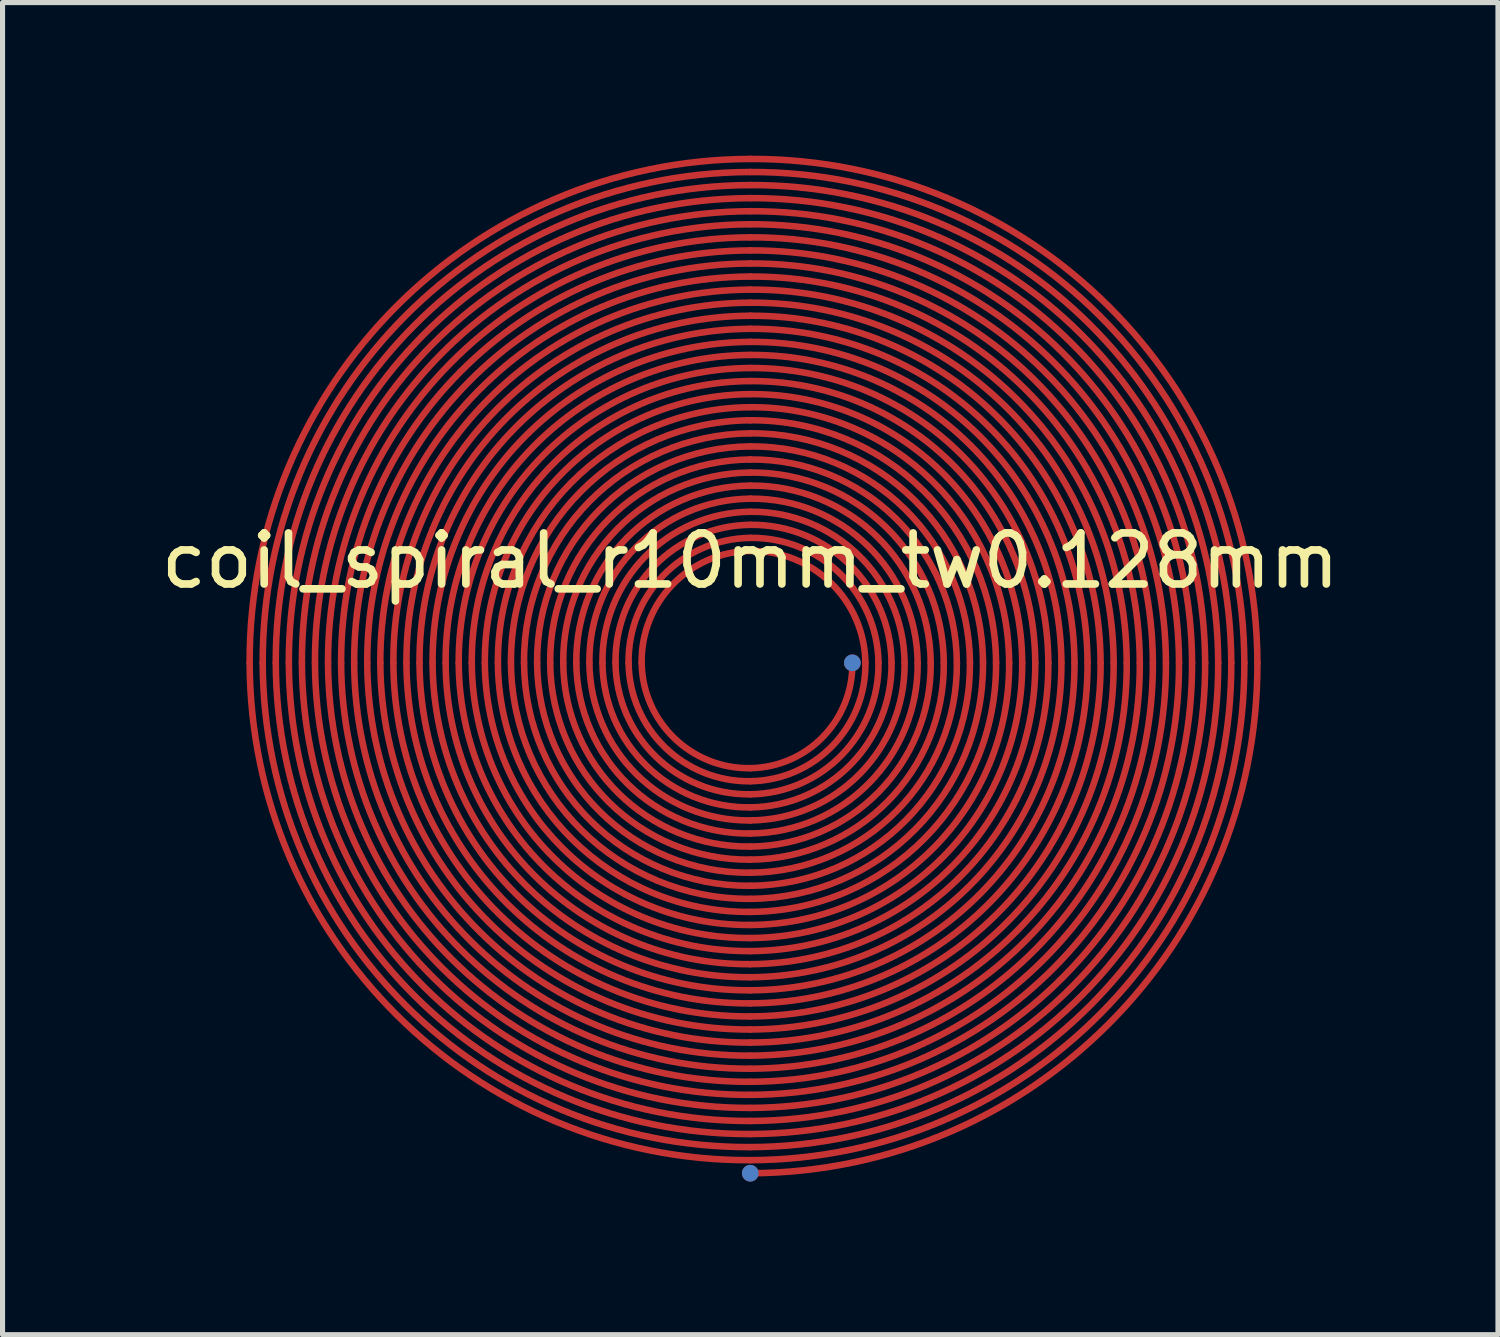
<source format=kicad_pcb>
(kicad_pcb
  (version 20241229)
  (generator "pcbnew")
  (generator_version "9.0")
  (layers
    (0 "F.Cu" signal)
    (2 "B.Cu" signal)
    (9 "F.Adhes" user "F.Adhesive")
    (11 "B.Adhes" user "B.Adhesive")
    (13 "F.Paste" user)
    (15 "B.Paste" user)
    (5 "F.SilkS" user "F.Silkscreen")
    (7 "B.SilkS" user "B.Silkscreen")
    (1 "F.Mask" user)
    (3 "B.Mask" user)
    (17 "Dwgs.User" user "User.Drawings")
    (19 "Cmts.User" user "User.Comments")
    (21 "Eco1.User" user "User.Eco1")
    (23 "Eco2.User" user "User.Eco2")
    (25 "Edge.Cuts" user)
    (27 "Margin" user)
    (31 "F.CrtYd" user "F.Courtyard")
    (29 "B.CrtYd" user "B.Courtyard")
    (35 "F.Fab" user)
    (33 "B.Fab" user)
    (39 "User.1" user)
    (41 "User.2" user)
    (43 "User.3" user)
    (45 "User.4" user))
  (footprint "coil_spiral_r10mm_tw0.128mm"
    (layer "F.Cu")
    (at 11.649 9.936)
    (property "Reference" "coil_spiral_r10mm_tw0.128mm" (at 0 -2 0) (layer "F.SilkS") (effects (font (size 1 1) (thickness 0.15))))
    (attr through_hole)
    (fp_arc (start -9.808 0) (mid -6.948595 -6.96734) (end 0 -9.872) (stroke (width 0.128) (type solid)) (layer "F.Cu"))
    (fp_arc (start -9.552 0) (mid -6.767577 -6.786322) (end 0 -9.616001) (stroke (width 0.128) (type solid)) (layer "F.Cu"))
    (fp_arc (start -9.296 0) (mid -6.586558 -6.605303) (end 0 -9.36) (stroke (width 0.128) (type solid)) (layer "F.Cu"))
    (fp_arc (start -9.04 0) (mid -6.405541 -6.424285) (end -0.000001 -9.104) (stroke (width 0.128) (type solid)) (layer "F.Cu"))
    (fp_arc (start -8.784 0) (mid -6.224522 -6.243267) (end -0.000001 -8.848) (stroke (width 0.128) (type solid)) (layer "F.Cu"))
    (fp_arc (start -8.528 0) (mid -6.043504 -6.062249) (end 0 -8.592) (stroke (width 0.128) (type solid)) (layer "F.Cu"))
    (fp_arc (start -8.272 0) (mid -5.862485 -5.881231) (end 0.000001 -8.336) (stroke (width 0.128) (type solid)) (layer "F.Cu"))
    (fp_arc (start -8.016 0) (mid -5.681468 -5.700213) (end 0 -8.08) (stroke (width 0.128) (type solid)) (layer "F.Cu"))
    (fp_arc (start -7.76 0) (mid -5.50045 -5.519195) (end 0 -7.824) (stroke (width 0.128) (type solid)) (layer "F.Cu"))
    (fp_arc (start -7.504 0) (mid -5.319432 -5.338177) (end 0 -7.567999) (stroke (width 0.128) (type solid)) (layer "F.Cu"))
    (fp_arc (start -7.248 0) (mid -5.138415 -5.157159) (end 0 -7.311999) (stroke (width 0.128) (type solid)) (layer "F.Cu"))
    (fp_arc (start -6.992 0) (mid -4.957397 -4.976142) (end 0 -7.056) (stroke (width 0.128) (type solid)) (layer "F.Cu"))
    (fp_arc (start -6.736 0) (mid -4.77638 -4.795125) (end 0 -6.800001) (stroke (width 0.128) (type solid)) (layer "F.Cu"))
    (fp_arc (start -6.48 0) (mid -4.595363 -4.614107) (end 0 -6.544) (stroke (width 0.128) (type solid)) (layer "F.Cu"))
    (fp_arc (start -6.224 0) (mid -4.414346 -4.43309) (end -0.000001 -6.288) (stroke (width 0.128) (type solid)) (layer "F.Cu"))
    (fp_arc (start -5.968 0) (mid -4.233329 -4.252073) (end 0 -6.032) (stroke (width 0.128) (type solid)) (layer "F.Cu"))
    (fp_arc (start -5.712 0) (mid -4.052312 -4.071057) (end 0 -5.776) (stroke (width 0.128) (type solid)) (layer "F.Cu"))
    (fp_arc (start -5.456 0) (mid -3.871296 -3.89004) (end -0.000001 -5.52) (stroke (width 0.128) (type solid)) (layer "F.Cu"))
    (fp_arc (start -5.2 0) (mid -3.69028 -3.709024) (end -0.000001 -5.264) (stroke (width 0.128) (type solid)) (layer "F.Cu"))
    (fp_arc (start -4.944 0) (mid -3.509264 -3.528008) (end 0 -5.008) (stroke (width 0.128) (type solid)) (layer "F.Cu"))
    (fp_arc (start -4.688 0) (mid -3.328249 -3.346993) (end 0 -4.752) (stroke (width 0.128) (type solid)) (layer "F.Cu"))
    (fp_arc (start -4.432 0) (mid -3.147234 -3.165978) (end 0 -4.496) (stroke (width 0.128) (type solid)) (layer "F.Cu"))
    (fp_arc (start -4.176 0) (mid -2.966219 -2.984963) (end 0 -4.239999) (stroke (width 0.128) (type solid)) (layer "F.Cu"))
    (fp_arc (start -3.92 0) (mid -2.785206 -2.803949) (end 0 -3.984) (stroke (width 0.128) (type solid)) (layer "F.Cu"))
    (fp_arc (start -3.664 0) (mid -2.604192 -2.622936) (end 0.000001 -3.728) (stroke (width 0.128) (type solid)) (layer "F.Cu"))
    (fp_arc (start -3.408 0) (mid -2.423181 -2.441924) (end -0.000001 -3.472) (stroke (width 0.128) (type solid)) (layer "F.Cu"))
    (fp_arc (start -3.152 0) (mid -2.24217 -2.260913) (end 0 -3.216) (stroke (width 0.128) (type solid)) (layer "F.Cu"))
    (fp_arc (start -2.896 0) (mid -2.061161 -2.079903) (end 0 -2.959999) (stroke (width 0.128) (type solid)) (layer "F.Cu"))
    (fp_arc (start -2.64 0) (mid -1.880154 -1.898896) (end 0 -2.704) (stroke (width 0.128) (type solid)) (layer "F.Cu"))
    (fp_arc (start -2.384 0) (mid -1.699149 -1.717891) (end 0 -2.448001) (stroke (width 0.128) (type solid)) (layer "F.Cu"))
    (fp_arc (start -2.128 0) (mid -1.518148 -1.536889) (end 0.000001 -2.192) (stroke (width 0.128) (type solid)) (layer "F.Cu"))
    (fp_arc (start 0 -9.872) (mid 7.012595 -6.993849) (end 9.936 0.000001) (stroke (width 0.128) (type solid)) (layer "F.Cu"))
    (fp_arc (start 0 -9.616) (mid 6.831576 -6.812832) (end 9.68 -0.000001) (stroke (width 0.128) (type solid)) (layer "F.Cu"))
    (fp_arc (start 0 -9.36) (mid 6.650558 -6.631813) (end 9.424 0) (stroke (width 0.128) (type solid)) (layer "F.Cu"))
    (fp_arc (start 0 -9.104) (mid 6.46954 -6.450795) (end 9.168 0) (stroke (width 0.128) (type solid)) (layer "F.Cu"))
    (fp_arc (start 0 -8.848) (mid 6.288521 -6.269777) (end 8.912 -0.000001) (stroke (width 0.128) (type solid)) (layer "F.Cu"))
    (fp_arc (start 0 -8.592) (mid 6.107503 -6.088758) (end 8.656 0) (stroke (width 0.128) (type solid)) (layer "F.Cu"))
    (fp_arc (start 0 -8.336) (mid 5.926485 -5.90774) (end 8.4 0) (stroke (width 0.128) (type solid)) (layer "F.Cu"))
    (fp_arc (start 0 -8.08) (mid 5.745467 -5.726723) (end 8.144 0) (stroke (width 0.128) (type solid)) (layer "F.Cu"))
    (fp_arc (start 0 -7.824) (mid 5.56445 -5.545705) (end 7.888 0) (stroke (width 0.128) (type solid)) (layer "F.Cu"))
    (fp_arc (start 0 -7.568) (mid 5.383432 -5.364687) (end 7.632 0) (stroke (width 0.128) (type solid)) (layer "F.Cu"))
    (fp_arc (start 0 -7.312) (mid 5.202414 -5.183669) (end 7.376 0) (stroke (width 0.128) (type solid)) (layer "F.Cu"))
    (fp_arc (start 0 -7.056) (mid 5.021397 -5.002652) (end 7.120001 0) (stroke (width 0.128) (type solid)) (layer "F.Cu"))
    (fp_arc (start 0 -6.8) (mid 4.840379 -4.821634) (end 6.864 0) (stroke (width 0.128) (type solid)) (layer "F.Cu"))
    (fp_arc (start 0 -6.544) (mid 4.659361 -4.640617) (end 6.608 0) (stroke (width 0.128) (type solid)) (layer "F.Cu"))
    (fp_arc (start 0 -6.288) (mid 4.478344 -4.4596) (end 6.352 -0.000001) (stroke (width 0.128) (type solid)) (layer "F.Cu"))
    (fp_arc (start 0 -6.032) (mid 4.297328 -4.278583) (end 6.096 0) (stroke (width 0.128) (type solid)) (layer "F.Cu"))
    (fp_arc (start 0 -5.776) (mid 4.116311 -4.097566) (end 5.84 0) (stroke (width 0.128) (type solid)) (layer "F.Cu"))
    (fp_arc (start 0 -5.52) (mid 3.935294 -3.91655) (end 5.584 0) (stroke (width 0.128) (type solid)) (layer "F.Cu"))
    (fp_arc (start 0 -5.264) (mid 3.754278 -3.735534) (end 5.328 0) (stroke (width 0.128) (type solid)) (layer "F.Cu"))
    (fp_arc (start 0 -5.008) (mid 3.573262 -3.554518) (end 5.072 -0.000001) (stroke (width 0.128) (type solid)) (layer "F.Cu"))
    (fp_arc (start 0 -4.752) (mid 3.392247 -3.373503) (end 4.816 0) (stroke (width 0.128) (type solid)) (layer "F.Cu"))
    (fp_arc (start 0 -4.496) (mid 3.211231 -3.192487) (end 4.56 0) (stroke (width 0.128) (type solid)) (layer "F.Cu"))
    (fp_arc (start 0 -4.24) (mid 3.030217 -3.011473) (end 4.304 0.000001) (stroke (width 0.128) (type solid)) (layer "F.Cu"))
    (fp_arc (start 0 -3.984) (mid 2.849203 -2.830459) (end 4.048 0.000001) (stroke (width 0.128) (type solid)) (layer "F.Cu"))
    (fp_arc (start 0 -3.728) (mid 2.66819 -2.649446) (end 3.792001 0) (stroke (width 0.128) (type solid)) (layer "F.Cu"))
    (fp_arc (start 0 -3.472) (mid 2.487177 -2.468434) (end 3.535999 0) (stroke (width 0.128) (type solid)) (layer "F.Cu"))
    (fp_arc (start 0 -3.216) (mid 2.306166 -2.287423) (end 3.28 0) (stroke (width 0.128) (type solid)) (layer "F.Cu"))
    (fp_arc (start 0 -2.96) (mid 2.125156 -2.106413) (end 3.024001 0) (stroke (width 0.128) (type solid)) (layer "F.Cu"))
    (fp_arc (start 0 -2.704) (mid 1.944147 -1.925405) (end 2.768 0) (stroke (width 0.128) (type solid)) (layer "F.Cu"))
    (fp_arc (start 0 -2.448) (mid 1.763141 -1.7444) (end 2.512 -0.000001) (stroke (width 0.128) (type solid)) (layer "F.Cu"))
    (fp_arc (start 0 -2.192) (mid 1.582138 -1.563398) (end 2.256 -0.000001) (stroke (width 0.128) (type solid)) (layer "F.Cu"))
    (fp_arc (start 0 2.064) (mid -1.491639 1.472898) (end -2.128 -0.000001) (stroke (width 0.128) (type solid)) (layer "F.Cu"))
    (fp_arc (start 0 2.32) (mid -1.67264 1.653898) (end -2.384 -0.000001) (stroke (width 0.128) (type solid)) (layer "F.Cu"))
    (fp_arc (start 0 2.576) (mid -1.853644 1.834902) (end -2.64 0) (stroke (width 0.128) (type solid)) (layer "F.Cu"))
    (fp_arc (start 0 2.832) (mid -2.034652 2.015909) (end -2.896001 0) (stroke (width 0.128) (type solid)) (layer "F.Cu"))
    (fp_arc (start 0 3.088) (mid -2.215661 2.196918) (end -3.152 0) (stroke (width 0.128) (type solid)) (layer "F.Cu"))
    (fp_arc (start 0 3.344) (mid -2.396671 2.377929) (end -3.408 0.000001) (stroke (width 0.128) (type solid)) (layer "F.Cu"))
    (fp_arc (start 0 3.6) (mid -2.577683 2.558939) (end -3.664 -0.000001) (stroke (width 0.128) (type solid)) (layer "F.Cu"))
    (fp_arc (start 0 3.856) (mid -2.758696 2.739952) (end -3.92 -0.000001) (stroke (width 0.128) (type solid)) (layer "F.Cu"))
    (fp_arc (start 0 4.112) (mid -2.93971 2.920966) (end -4.176 0) (stroke (width 0.128) (type solid)) (layer "F.Cu"))
    (fp_arc (start 0 4.368) (mid -3.120724 3.10198) (end -4.432 0) (stroke (width 0.128) (type solid)) (layer "F.Cu"))
    (fp_arc (start 0 4.624) (mid -3.301739 3.282995) (end -4.688001 0) (stroke (width 0.128) (type solid)) (layer "F.Cu"))
    (fp_arc (start 0 4.88) (mid -3.482754 3.46401) (end -4.944 0) (stroke (width 0.128) (type solid)) (layer "F.Cu"))
    (fp_arc (start 0 5.136) (mid -3.66377 3.645026) (end -5.2 0.000001) (stroke (width 0.128) (type solid)) (layer "F.Cu"))
    (fp_arc (start 0 5.392) (mid -3.844786 3.826042) (end -5.456001 0) (stroke (width 0.128) (type solid)) (layer "F.Cu"))
    (fp_arc (start 0 5.648) (mid -4.025802 4.007058) (end -5.711999 0) (stroke (width 0.128) (type solid)) (layer "F.Cu"))
    (fp_arc (start 0 5.904) (mid -4.206819 4.188075) (end -5.968 0) (stroke (width 0.128) (type solid)) (layer "F.Cu"))
    (fp_arc (start 0 6.16) (mid -4.387836 4.369092) (end -6.224 0.000001) (stroke (width 0.128) (type solid)) (layer "F.Cu"))
    (fp_arc (start 0 6.416) (mid -4.568853 4.550109) (end -6.48 0.000001) (stroke (width 0.128) (type solid)) (layer "F.Cu"))
    (fp_arc (start 0 6.672) (mid -4.74987 4.731125) (end -6.736 -0.000001) (stroke (width 0.128) (type solid)) (layer "F.Cu"))
    (fp_arc (start 0 6.928) (mid -4.930888 4.912143) (end -6.992001 0) (stroke (width 0.128) (type solid)) (layer "F.Cu"))
    (fp_arc (start 0 7.184) (mid -5.111905 5.093161) (end -7.248001 0) (stroke (width 0.128) (type solid)) (layer "F.Cu"))
    (fp_arc (start 0 7.44) (mid -5.292923 5.274178) (end -7.504 0) (stroke (width 0.128) (type solid)) (layer "F.Cu"))
    (fp_arc (start 0 7.696) (mid -5.47394 5.455196) (end -7.759999 0) (stroke (width 0.128) (type solid)) (layer "F.Cu"))
    (fp_arc (start 0 7.952) (mid -5.654959 5.636213) (end -8.016 -0.000001) (stroke (width 0.128) (type solid)) (layer "F.Cu"))
    (fp_arc (start 0 8.208) (mid -5.835976 5.817231) (end -8.271999 0) (stroke (width 0.128) (type solid)) (layer "F.Cu"))
    (fp_arc (start 0 8.464) (mid -6.016994 5.998249) (end -8.528 0) (stroke (width 0.128) (type solid)) (layer "F.Cu"))
    (fp_arc (start 0 8.72) (mid -6.198012 6.179268) (end -8.784 0.000001) (stroke (width 0.128) (type solid)) (layer "F.Cu"))
    (fp_arc (start 0 8.976) (mid -6.379031 6.360286) (end -9.04 0) (stroke (width 0.128) (type solid)) (layer "F.Cu"))
    (fp_arc (start 0 9.232) (mid -6.560049 6.541304) (end -9.296 0) (stroke (width 0.128) (type solid)) (layer "F.Cu"))
    (fp_arc (start 0 9.488) (mid -6.741067 6.722322) (end -9.552 -0.000001) (stroke (width 0.128) (type solid)) (layer "F.Cu"))
    (fp_arc (start 0 9.744) (mid -6.922085 6.90334) (end -9.808 0) (stroke (width 0.128) (type solid)) (layer "F.Cu"))
    (fp_arc (start 2 0) (mid 1.427649 1.446388) (end 0 2.063999) (stroke (width 0.128) (type solid)) (layer "F.Cu"))
    (fp_arc (start 2.256 0) (mid 1.608648 1.627388) (end 0 2.319999) (stroke (width 0.128) (type solid)) (layer "F.Cu"))
    (fp_arc (start 2.512 0) (mid 1.789652 1.808393) (end 0.000001 2.576) (stroke (width 0.128) (type solid)) (layer "F.Cu"))
    (fp_arc (start 2.768 0) (mid 1.970657 1.9894) (end -0.000001 2.832) (stroke (width 0.128) (type solid)) (layer "F.Cu"))
    (fp_arc (start 3.024 0) (mid 2.151665 2.170408) (end 0 3.087999) (stroke (width 0.128) (type solid)) (layer "F.Cu"))
    (fp_arc (start 3.28 0) (mid 2.332676 2.351418) (end 0.000001 3.344) (stroke (width 0.128) (type solid)) (layer "F.Cu"))
    (fp_arc (start 3.536 0) (mid 2.513686 2.53243) (end -0.000001 3.6) (stroke (width 0.128) (type solid)) (layer "F.Cu"))
    (fp_arc (start 3.792 0) (mid 2.694699 2.713442) (end 0 3.855999) (stroke (width 0.128) (type solid)) (layer "F.Cu"))
    (fp_arc (start 4.048 0) (mid 2.875713 2.894457) (end 0 4.112001) (stroke (width 0.128) (type solid)) (layer "F.Cu"))
    (fp_arc (start 4.304 0) (mid 3.056727 3.075471) (end 0 4.368) (stroke (width 0.128) (type solid)) (layer "F.Cu"))
    (fp_arc (start 4.56 0) (mid 3.237741 3.256485) (end 0 4.624) (stroke (width 0.128) (type solid)) (layer "F.Cu"))
    (fp_arc (start 4.816 0) (mid 3.418756 3.4375) (end 0 4.879999) (stroke (width 0.128) (type solid)) (layer "F.Cu"))
    (fp_arc (start 5.072 0) (mid 3.599772 3.618516) (end 0.000001 5.136) (stroke (width 0.128) (type solid)) (layer "F.Cu"))
    (fp_arc (start 5.328 0) (mid 3.780788 3.799532) (end 0 5.392) (stroke (width 0.128) (type solid)) (layer "F.Cu"))
    (fp_arc (start 5.584 0) (mid 3.961804 3.980549) (end 0 5.648001) (stroke (width 0.128) (type solid)) (layer "F.Cu"))
    (fp_arc (start 5.84 0) (mid 4.14282 4.161565) (end 0 5.903999) (stroke (width 0.128) (type solid)) (layer "F.Cu"))
    (fp_arc (start 6.096 0) (mid 4.323838 4.342581) (end 0.000001 6.16) (stroke (width 0.128) (type solid)) (layer "F.Cu"))
    (fp_arc (start 6.352 0) (mid 4.504855 4.523598) (end 0.000001 6.416) (stroke (width 0.128) (type solid)) (layer "F.Cu"))
    (fp_arc (start 6.608 0) (mid 4.685871 4.704616) (end 0 6.672) (stroke (width 0.128) (type solid)) (layer "F.Cu"))
    (fp_arc (start 6.864 0) (mid 4.866888 4.885633) (end 0 6.928) (stroke (width 0.128) (type solid)) (layer "F.Cu"))
    (fp_arc (start 7.12 0) (mid 5.047906 5.066651) (end 0 7.184) (stroke (width 0.128) (type solid)) (layer "F.Cu"))
    (fp_arc (start 7.376 0) (mid 5.228923 5.247668) (end 0 7.439999) (stroke (width 0.128) (type solid)) (layer "F.Cu"))
    (fp_arc (start 7.632 0) (mid 5.409942 5.428686) (end 0.000001 7.696) (stroke (width 0.128) (type solid)) (layer "F.Cu"))
    (fp_arc (start 7.888 0) (mid 5.590959 5.609703) (end 0 7.951999) (stroke (width 0.128) (type solid)) (layer "F.Cu"))
    (fp_arc (start 8.144 0) (mid 5.771977 5.790722) (end 0.000001 8.208) (stroke (width 0.128) (type solid)) (layer "F.Cu"))
    (fp_arc (start 8.4 0) (mid 5.952995 5.97174) (end 0 8.464) (stroke (width 0.128) (type solid)) (layer "F.Cu"))
    (fp_arc (start 8.656 0) (mid 6.134013 6.152758) (end 0 8.72) (stroke (width 0.128) (type solid)) (layer "F.Cu"))
    (fp_arc (start 8.912 0) (mid 6.315032 6.333776) (end 0.000001 8.976) (stroke (width 0.128) (type solid)) (layer "F.Cu"))
    (fp_arc (start 9.168 0) (mid 6.496049 6.514794) (end 0 9.232) (stroke (width 0.128) (type solid)) (layer "F.Cu"))
    (fp_arc (start 9.424 0) (mid 6.677067 6.695812) (end 0 9.488) (stroke (width 0.128) (type solid)) (layer "F.Cu"))
    (fp_arc (start 9.68 0) (mid 6.858086 6.876831) (end 0 9.744) (stroke (width 0.128) (type solid)) (layer "F.Cu"))
    (fp_arc (start 9.936 0) (mid 7.039104 7.05785) (end 0 10.000001) (stroke (width 0.128) (type solid)) (layer "F.Cu"))
    (pad "1" connect circle (at 2 0) (size 0.327 0.327) (layers "*.Cu" "*.Mask"))
    (pad "2" connect circle (at 0 10) (size 0.327 0.327) (layers "*.Cu" "*.Mask")))
  (gr_rect
    (start -3 -3)
    (end 26.298 23.099)
    (stroke (width 0.1) (type default))
    (fill no)
    (layer "Edge.Cuts")))
</source>
